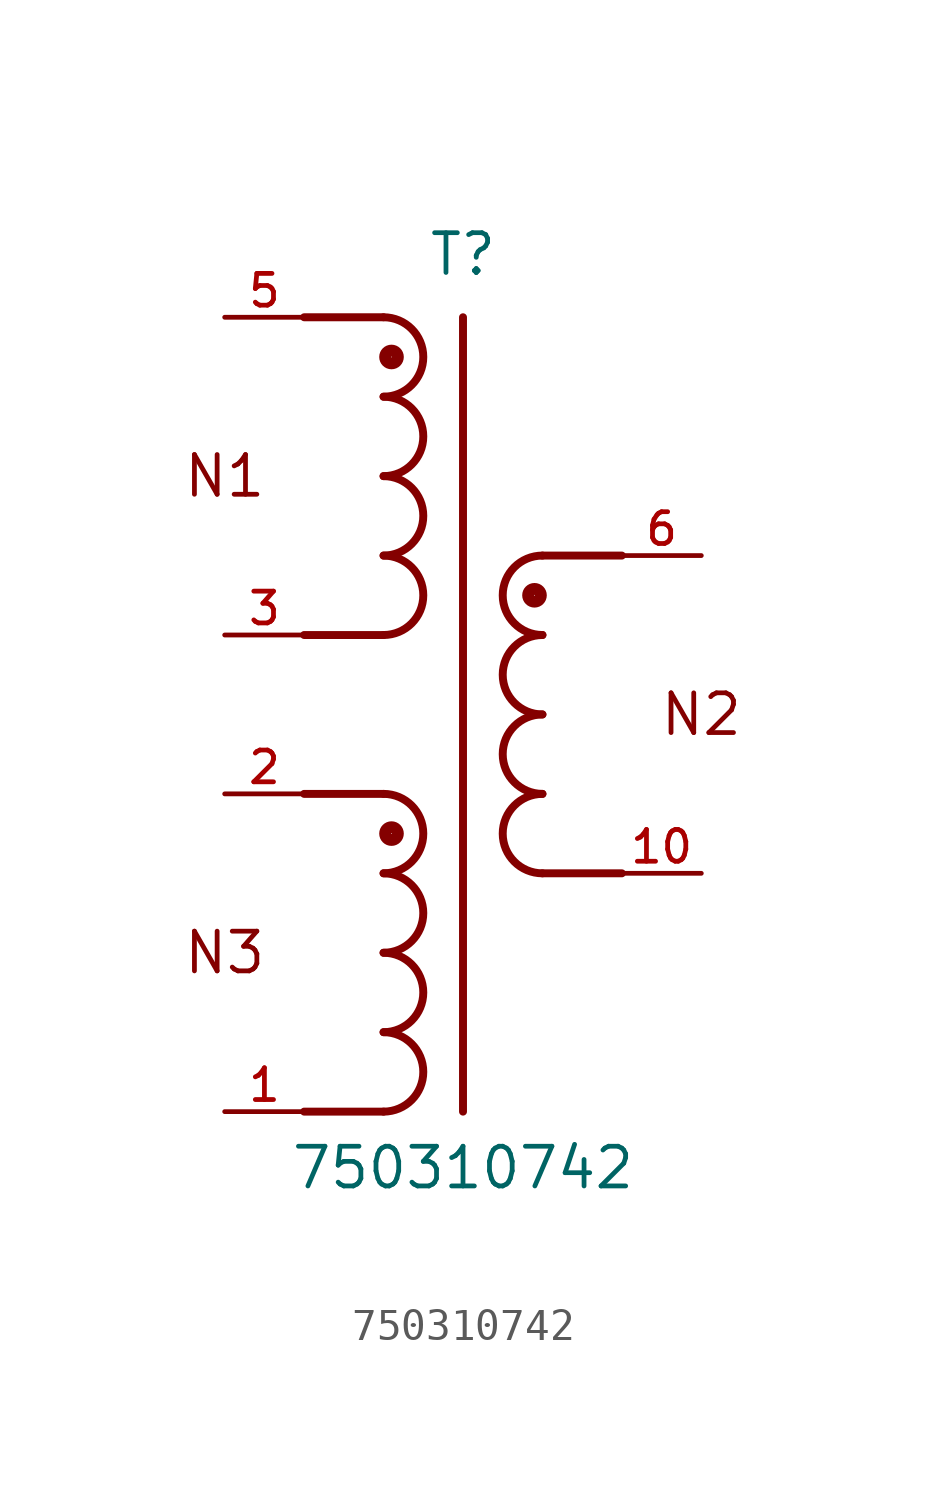
<source format=kicad_sym>
(kicad_symbol_lib
  (version 20211014)
  (generator kicad_symbol_editor)
  (symbol "750310742"
    (pin_names
      (offset 1.016))
    (property "Reference" "T"
      (at 0.0 13.97 0)
      (effects (font (size 1.27 1.27)) (justify bottom)))
    (property "Value" "750310742"
      (at 0.0 -15.24 0)
      (effects (font (size 1.27 1.27)) (justify bottom)))
    (symbol "750310742_0_0"
      (text "N1" (at -7.62 7.62 0) (effects (font (size 1.27 1.27))))
      (text "N3" (at -7.62 -7.62 0) (effects (font (size 1.27 1.27))))
      (text "N2" (at 7.62 0.0 0) (effects (font (size 1.27 1.27))))
      (polyline (pts (xy 0.0 12.7) (xy 0.0 -12.7)) (stroke (width 0.254)))
      (arc (start -2.54 10.16) (mid -1.27 11.43) (end -2.54 12.7) (stroke (width 0.254) (type default) (color 0 0 0 0)) (fill (type none)))
      (arc (start -2.54 7.62) (mid -1.27 8.89) (end -2.54 10.16) (stroke (width 0.254) (type default) (color 0 0 0 0)) (fill (type none)))
      (arc (start -2.54 5.08) (mid -1.27 6.35) (end -2.54 7.62) (stroke (width 0.254) (type default) (color 0 0 0 0)) (fill (type none)))
      (arc (start -2.54 2.54) (mid -1.27 3.81) (end -2.54 5.08) (stroke (width 0.254) (type default) (color 0 0 0 0)) (fill (type none)))
      (polyline (pts (xy -2.54 12.7) (xy -5.08 12.7)) (stroke (width 0.254)))
      (polyline (pts (xy -2.54 2.54) (xy -5.08 2.54)) (stroke (width 0.254)))
      (arc (start 2.54 -2.54) (mid 1.27 -3.81) (end 2.54 -5.08) (stroke (width 0.254) (type default) (color 0 0 0 0)) (fill (type none)))
      (arc (start 2.54 0.0) (mid 1.27 -1.27) (end 2.54 -2.54) (stroke (width 0.254) (type default) (color 0 0 0 0)) (fill (type none)))
      (arc (start 2.54 2.54) (mid 1.27 1.27) (end 2.54 0.0) (stroke (width 0.254) (type default) (color 0 0 0 0)) (fill (type none)))
      (arc (start 2.54 5.08) (mid 1.27 3.81) (end 2.54 2.54) (stroke (width 0.254) (type default) (color 0 0 0 0)) (fill (type none)))
      (polyline (pts (xy 2.54 5.08) (xy 5.08 5.08)) (stroke (width 0.254)))
      (polyline (pts (xy 2.54 -5.08) (xy 5.08 -5.08)) (stroke (width 0.254)))
      (arc (start -2.54 -5.08) (mid -1.27 -3.81) (end -2.54 -2.54) (stroke (width 0.254) (type default) (color 0 0 0 0)) (fill (type none)))
      (arc (start -2.54 -7.62) (mid -1.27 -6.35) (end -2.54 -5.08) (stroke (width 0.254) (type default) (color 0 0 0 0)) (fill (type none)))
      (arc (start -2.54 -10.16) (mid -1.27 -8.89) (end -2.54 -7.62) (stroke (width 0.254) (type default) (color 0 0 0 0)) (fill (type none)))
      (arc (start -2.54 -12.7) (mid -1.27 -11.43) (end -2.54 -10.16) (stroke (width 0.254) (type default) (color 0 0 0 0)) (fill (type none)))
      (polyline (pts (xy -2.54 -12.7) (xy -5.08 -12.7)) (stroke (width 0.254)))
      (polyline (pts (xy -2.54 -2.54) (xy -5.08 -2.54)) (stroke (width 0.254)))
      (circle (center -2.286 11.43) (radius 0.203) (stroke (width 0.381)) (fill (type none)))
      (circle (center 2.286 3.81) (radius 0.203) (stroke (width 0.381)) (fill (type none)))
      (circle (center -2.286 -3.81) (radius 0.203) (stroke (width 0.381)) (fill (type none)))
      (pin passive line (at -7.62 -12.7 0) (length 2.54) (name "~" (effects (font (size 1.016 1.016)))) (number "1" (effects (font (size 1.016 1.016)))))
      (pin passive line (at 7.62 -5.08 180.0) (length 2.54) (name "~" (effects (font (size 1.016 1.016)))) (number "10" (effects (font (size 1.016 1.016)))))
      (pin passive line (at 7.62 5.08 180.0) (length 2.54) (name "~" (effects (font (size 1.016 1.016)))) (number "6" (effects (font (size 1.016 1.016)))))
      (pin passive line (at -7.62 2.54 0) (length 2.54) (name "~" (effects (font (size 1.016 1.016)))) (number "3" (effects (font (size 1.016 1.016)))))
      (pin passive line (at -7.62 -2.54 0) (length 2.54) (name "~" (effects (font (size 1.016 1.016)))) (number "2" (effects (font (size 1.016 1.016)))))
      (pin passive line (at -7.62 12.7 0) (length 2.54) (name "~" (effects (font (size 1.016 1.016)))) (number "5" (effects (font (size 1.016 1.016))))))))
</source>
